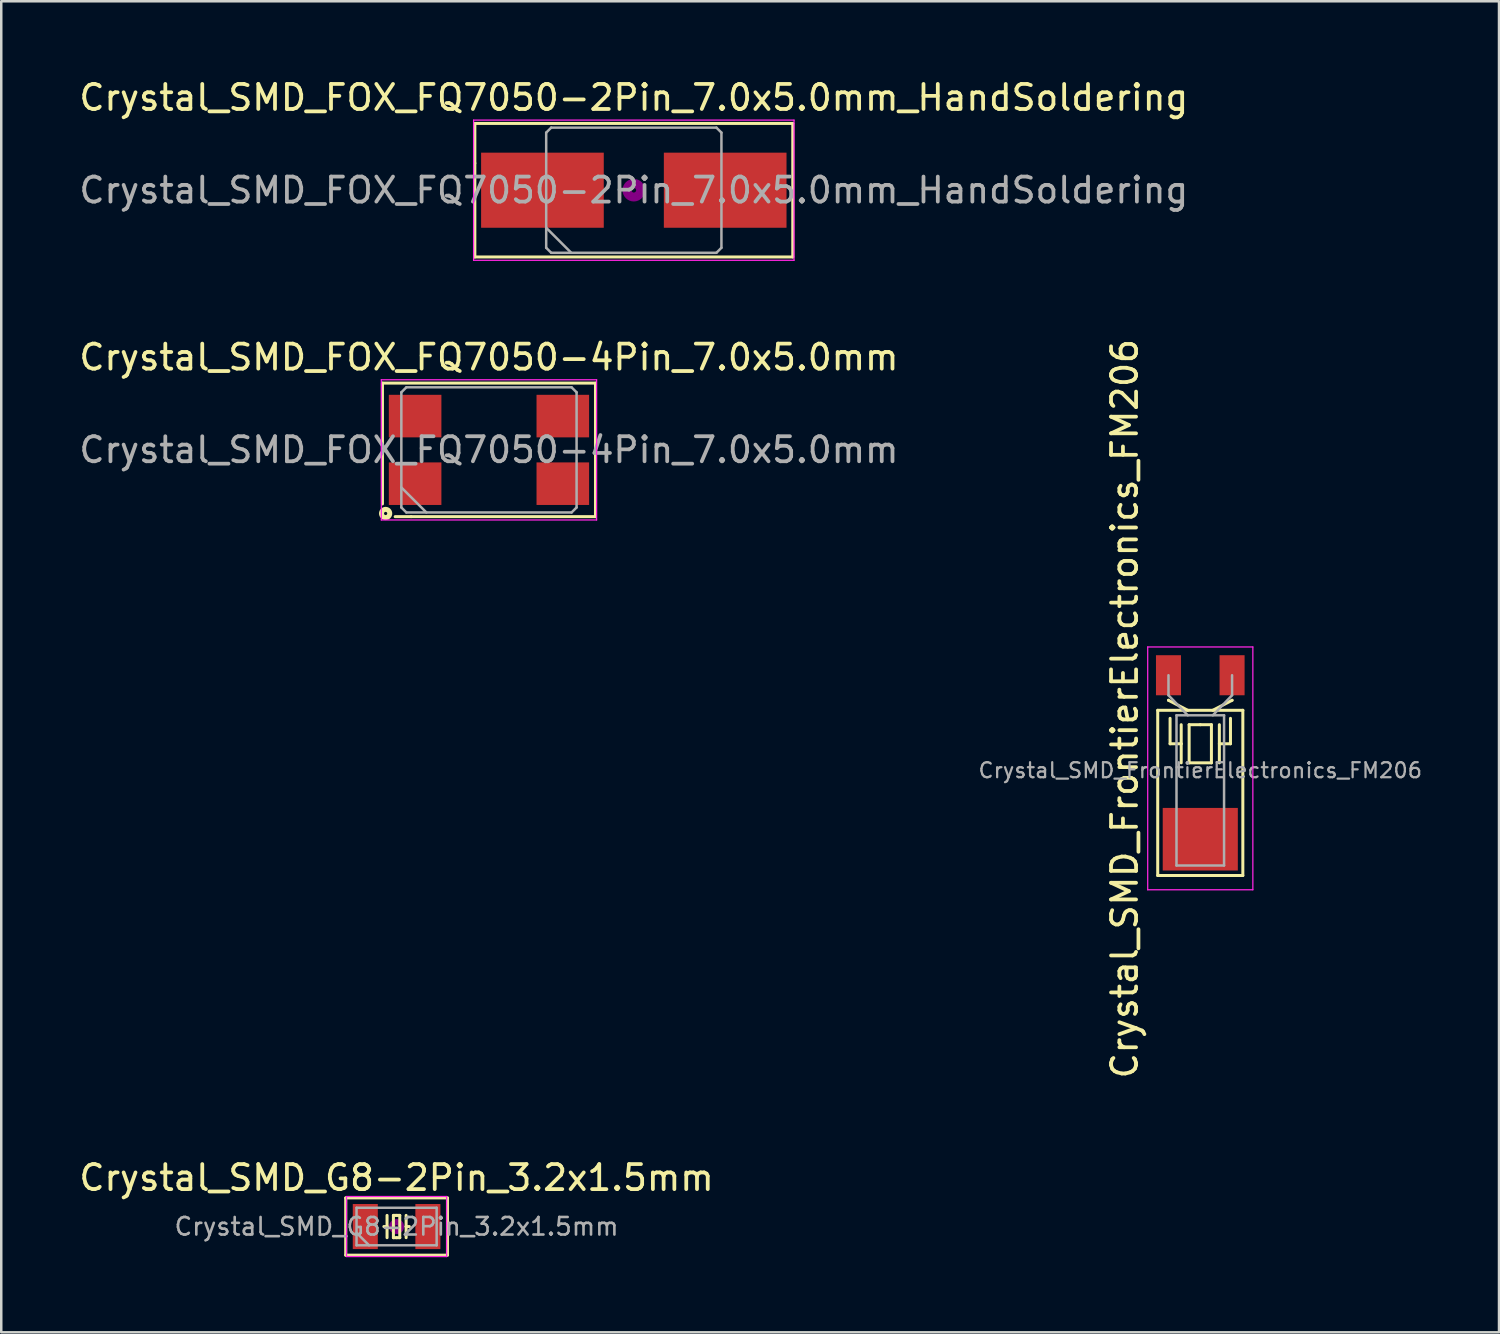
<source format=kicad_pcb>
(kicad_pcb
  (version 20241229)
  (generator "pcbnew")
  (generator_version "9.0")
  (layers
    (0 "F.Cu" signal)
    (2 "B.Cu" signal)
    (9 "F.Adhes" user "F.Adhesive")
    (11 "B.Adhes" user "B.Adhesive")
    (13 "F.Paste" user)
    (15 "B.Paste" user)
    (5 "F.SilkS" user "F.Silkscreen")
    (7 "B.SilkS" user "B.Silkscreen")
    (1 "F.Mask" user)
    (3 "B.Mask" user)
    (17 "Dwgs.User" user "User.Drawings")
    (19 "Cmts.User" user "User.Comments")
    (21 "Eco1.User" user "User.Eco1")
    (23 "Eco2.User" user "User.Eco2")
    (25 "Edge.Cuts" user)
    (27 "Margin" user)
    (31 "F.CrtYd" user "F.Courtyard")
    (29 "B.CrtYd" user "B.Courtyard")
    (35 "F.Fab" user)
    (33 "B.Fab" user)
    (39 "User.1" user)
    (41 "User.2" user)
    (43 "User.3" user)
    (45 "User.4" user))
  (footprint "Crystal_SMD_FOX_FQ7050-2Pin_7.0x5.0mm_HandSoldering"
    (layer "F.Cu")
    (at 22.268 4.548)
    (property "Reference" "Crystal_SMD_FOX_FQ7050-2Pin_7.0x5.0mm_HandSoldering" (at 0 -3.7 0) (layer "F.SilkS") (effects (font (size 1 1) (thickness 0.15))))
    (attr smd)
    (fp_line (start -6.35 -2.667) (end -6.35 -1.079) (stroke (width 0.12) (type solid)) (layer "F.SilkS"))
    (fp_line (start -6.35 -1.079) (end -6.35 2.667) (stroke (width 0.12) (type solid)) (layer "F.SilkS"))
    (fp_line (start -6.35 2.667) (end 6.35 2.667) (stroke (width 0.12) (type solid)) (layer "F.SilkS"))
    (fp_line (start 6.35 -2.667) (end -6.35 -2.667) (stroke (width 0.12) (type solid)) (layer "F.SilkS"))
    (fp_line (start 6.35 2.667) (end 6.35 -2.667) (stroke (width 0.12) (type solid)) (layer "F.SilkS"))
    (fp_circle (center 0 0) (end 0.093 0) (stroke (width 0.187) (type solid)) (fill no) (layer "F.Adhes"))
    (fp_circle (center 0 0) (end 0.213 0) (stroke (width 0.133) (type solid)) (fill no) (layer "F.Adhes"))
    (fp_circle (center 0 0) (end 0.333 0) (stroke (width 0.133) (type solid)) (fill no) (layer "F.Adhes"))
    (fp_circle (center 0 0) (end 0.4 0) (stroke (width 0.1) (type solid)) (fill no) (layer "F.Adhes"))
    (fp_line (start -6.4 -2.8) (end -6.4 2.8) (stroke (width 0.05) (type solid)) (layer "F.CrtYd"))
    (fp_line (start -6.4 2.8) (end 6.4 2.8) (stroke (width 0.05) (type solid)) (layer "F.CrtYd"))
    (fp_line (start 6.4 -2.8) (end -6.4 -2.8) (stroke (width 0.05) (type solid)) (layer "F.CrtYd"))
    (fp_line (start 6.4 2.8) (end 6.4 -2.8) (stroke (width 0.05) (type solid)) (layer "F.CrtYd"))
    (fp_line (start -3.5 -2.3) (end -3.3 -2.5) (stroke (width 0.1) (type solid)) (layer "F.Fab"))
    (fp_line (start -3.5 1.5) (end -2.5 2.5) (stroke (width 0.1) (type solid)) (layer "F.Fab"))
    (fp_line (start -3.5 2.3) (end -3.5 -2.3) (stroke (width 0.1) (type solid)) (layer "F.Fab"))
    (fp_line (start -3.3 -2.5) (end 3.3 -2.5) (stroke (width 0.1) (type solid)) (layer "F.Fab"))
    (fp_line (start -3.3 2.5) (end -3.5 2.3) (stroke (width 0.1) (type solid)) (layer "F.Fab"))
    (fp_line (start 3.3 -2.5) (end 3.5 -2.3) (stroke (width 0.1) (type solid)) (layer "F.Fab"))
    (fp_line (start 3.3 2.5) (end -3.3 2.5) (stroke (width 0.1) (type solid)) (layer "F.Fab"))
    (fp_line (start 3.5 -2.3) (end 3.5 2.3) (stroke (width 0.1) (type solid)) (layer "F.Fab"))
    (fp_line (start 3.5 2.3) (end 3.3 2.5) (stroke (width 0.1) (type solid)) (layer "F.Fab"))
    (fp_text user "${REFERENCE}" (at 0 0 0) (layer "F.Fab") (effects (font (size 1 1) (thickness 0.15))))
    (pad "1" smd rect (at -3.65 0) (size 4.9 3) (layers "F.Cu" "F.Mask" "F.Paste"))
    (pad "2" smd rect (at 3.65 0) (size 4.9 3) (layers "F.Cu" "F.Mask" "F.Paste")))
  (footprint "Crystal_SMD_FOX_FQ7050-4Pin_7.0x5.0mm"
    (layer "F.Cu")
    (at 16.482 14.921)
    (property "Reference" "Crystal_SMD_FOX_FQ7050-4Pin_7.0x5.0mm" (at 0 -3.7 0) (layer "F.SilkS") (effects (font (size 1 1) (thickness 0.15))))
    (attr smd)
    (fp_line (start -4.255 -2.667) (end 4.255 -2.667) (stroke (width 0.12) (type solid)) (layer "F.SilkS"))
    (fp_line (start -4.255 2.159) (end -4.255 -2.667) (stroke (width 0.12) (type solid)) (layer "F.SilkS"))
    (fp_line (start -3.111 2.667) (end -3.747 2.667) (stroke (width 0.12) (type solid)) (layer "F.SilkS"))
    (fp_line (start 4.255 -2.667) (end 4.255 2.667) (stroke (width 0.12) (type solid)) (layer "F.SilkS"))
    (fp_line (start 4.255 2.667) (end -3.111 2.667) (stroke (width 0.12) (type solid)) (layer "F.SilkS"))
    (fp_circle (center -4.128 2.54) (end -4.064 2.54) (stroke (width 0.2) (type solid)) (fill no) (layer "F.SilkS"))
    (fp_line (start -4.3 -2.8) (end -4.3 2.8) (stroke (width 0.05) (type solid)) (layer "F.CrtYd"))
    (fp_line (start -4.3 2.8) (end 4.3 2.8) (stroke (width 0.05) (type solid)) (layer "F.CrtYd"))
    (fp_line (start 4.3 -2.8) (end -4.3 -2.8) (stroke (width 0.05) (type solid)) (layer "F.CrtYd"))
    (fp_line (start 4.3 2.8) (end 4.3 -2.8) (stroke (width 0.05) (type solid)) (layer "F.CrtYd"))
    (fp_line (start -3.5 -2.3) (end -3.3 -2.5) (stroke (width 0.1) (type solid)) (layer "F.Fab"))
    (fp_line (start -3.5 1.5) (end -2.5 2.5) (stroke (width 0.1) (type solid)) (layer "F.Fab"))
    (fp_line (start -3.5 2.3) (end -3.5 -2.3) (stroke (width 0.1) (type solid)) (layer "F.Fab"))
    (fp_line (start -3.3 -2.5) (end 3.3 -2.5) (stroke (width 0.1) (type solid)) (layer "F.Fab"))
    (fp_line (start -3.3 2.5) (end -3.5 2.3) (stroke (width 0.1) (type solid)) (layer "F.Fab"))
    (fp_line (start 3.3 -2.5) (end 3.5 -2.3) (stroke (width 0.1) (type solid)) (layer "F.Fab"))
    (fp_line (start 3.3 2.5) (end -3.3 2.5) (stroke (width 0.1) (type solid)) (layer "F.Fab"))
    (fp_line (start 3.5 -2.3) (end 3.5 2.3) (stroke (width 0.1) (type solid)) (layer "F.Fab"))
    (fp_line (start 3.5 2.3) (end 3.3 2.5) (stroke (width 0.1) (type solid)) (layer "F.Fab"))
    (fp_text user "${REFERENCE}" (at 0 0 0) (layer "F.Fab") (effects (font (size 1 1) (thickness 0.15))))
    (pad "1" smd rect (at -2.95 1.35) (size 2.1 1.7) (layers "F.Cu" "F.Mask" "F.Paste"))
    (pad "2" smd rect (at 2.95 1.35) (size 2.1 1.7) (layers "F.Cu" "F.Mask" "F.Paste"))
    (pad "3" smd rect (at 2.95 -1.35) (size 2.1 1.7) (layers "F.Cu" "F.Mask" "F.Paste"))
    (pad "4" smd rect (at -2.95 -1.35) (size 2.1 1.7) (layers "F.Cu" "F.Mask" "F.Paste")))
  (footprint "Crystal_SMD_FrontierElectronics_FM206"
    (layer "F.Cu")
    (at 44.896 27.423)
    (property "Reference" "Crystal_SMD_FrontierElectronics_FM206" (at -3.02 -2.163 90) (layer "F.SilkS") (effects (font (size 1 1) (thickness 0.15))))
    (attr smd)
    (fp_line (start -1.7 -2.1) (end -1.7 4.5) (stroke (width 0.12) (type solid)) (layer "F.SilkS"))
    (fp_line (start -1.7 4.5) (end 1.7 4.5) (stroke (width 0.12) (type solid)) (layer "F.SilkS"))
    (fp_line (start -1.27 -2.5) (end -1.27 -2.5) (stroke (width 0.12) (type solid)) (layer "F.SilkS"))
    (fp_line (start -1.206 -0.762) (end -1.206 -1.778) (stroke (width 0.12) (type solid)) (layer "F.SilkS"))
    (fp_line (start -0.762 -1.524) (end -0.762 -0.762) (stroke (width 0.12) (type solid)) (layer "F.SilkS"))
    (fp_line (start -0.762 -0.762) (end -1.206 -0.762) (stroke (width 0.12) (type solid)) (layer "F.SilkS"))
    (fp_line (start -0.762 0) (end -0.762 -0.762) (stroke (width 0.12) (type solid)) (layer "F.SilkS"))
    (fp_line (start -0.5 -2.1) (end -1.27 -2.5) (stroke (width 0.12) (type solid)) (layer "F.SilkS"))
    (fp_line (start -0.445 -1.524) (end -0.445 0) (stroke (width 0.12) (type solid)) (layer "F.SilkS"))
    (fp_line (start -0.445 0) (end 0.445 0) (stroke (width 0.12) (type solid)) (layer "F.SilkS"))
    (fp_line (start 0 -1.524) (end -0.445 -1.524) (stroke (width 0.12) (type solid)) (layer "F.SilkS"))
    (fp_line (start 0.445 -1.524) (end 0 -1.524) (stroke (width 0.12) (type solid)) (layer "F.SilkS"))
    (fp_line (start 0.445 0) (end 0.445 -1.524) (stroke (width 0.12) (type solid)) (layer "F.SilkS"))
    (fp_line (start 0.5 -2.1) (end 1.27 -2.5) (stroke (width 0.12) (type solid)) (layer "F.SilkS"))
    (fp_line (start 0.762 -0.762) (end 1.206 -0.762) (stroke (width 0.12) (type solid)) (layer "F.SilkS"))
    (fp_line (start 0.762 0) (end 0.762 -1.524) (stroke (width 0.12) (type solid)) (layer "F.SilkS"))
    (fp_line (start 1.206 -0.762) (end 1.206 -1.778) (stroke (width 0.12) (type solid)) (layer "F.SilkS"))
    (fp_line (start 1.27 -2.5) (end 1.27 -2.5) (stroke (width 0.12) (type solid)) (layer "F.SilkS"))
    (fp_line (start 1.7 -2.1) (end -1.7 -2.1) (stroke (width 0.12) (type solid)) (layer "F.SilkS"))
    (fp_line (start 1.7 4.5) (end 1.7 -2.1) (stroke (width 0.12) (type solid)) (layer "F.SilkS"))
    (fp_line (start -2.1 -4.63) (end -2.1 5.07) (stroke (width 0.05) (type solid)) (layer "F.CrtYd"))
    (fp_line (start -2.1 5.07) (end 2.1 5.07) (stroke (width 0.05) (type solid)) (layer "F.CrtYd"))
    (fp_line (start 2.1 -4.63) (end -2.1 -4.63) (stroke (width 0.05) (type solid)) (layer "F.CrtYd"))
    (fp_line (start 2.1 5.07) (end 2.1 -4.63) (stroke (width 0.05) (type solid)) (layer "F.CrtYd"))
    (fp_line (start -1.27 -2.7) (end -1.27 -3.5) (stroke (width 0.1) (type solid)) (layer "F.Fab"))
    (fp_line (start -0.95 -1.9) (end -0.95 4.1) (stroke (width 0.1) (type solid)) (layer "F.Fab"))
    (fp_line (start -0.95 4.1) (end 0.95 4.1) (stroke (width 0.1) (type solid)) (layer "F.Fab"))
    (fp_line (start -0.5 -1.9) (end -1.27 -2.7) (stroke (width 0.1) (type solid)) (layer "F.Fab"))
    (fp_line (start 0.5 -1.9) (end 1.27 -2.7) (stroke (width 0.1) (type solid)) (layer "F.Fab"))
    (fp_line (start 0.95 -1.9) (end -0.95 -1.9) (stroke (width 0.1) (type solid)) (layer "F.Fab"))
    (fp_line (start 0.95 4.1) (end 0.95 -1.9) (stroke (width 0.1) (type solid)) (layer "F.Fab"))
    (fp_line (start 1.27 -2.7) (end 1.27 -3.5) (stroke (width 0.1) (type solid)) (layer "F.Fab"))
    (fp_text user "${REFERENCE}" (at 0 0.3 0) (layer "F.Fab") (effects (font (size 0.6 0.6) (thickness 0.09))))
    (pad "1" smd rect (at -1.27 -3.5) (size 1 1.6) (layers "F.Cu" "F.Mask" "F.Paste"))
    (pad "2" smd rect (at 1.27 -3.5) (size 1 1.6) (layers "F.Cu" "F.Mask" "F.Paste"))
    (pad "3" smd rect (at 0 3.05) (size 3 2.5) (layers "F.Cu" "F.Mask" "F.Paste")))
  (footprint "Crystal_SMD_G8-2Pin_3.2x1.5mm"
    (layer "F.Cu")
    (at 12.792 45.945)
    (property "Reference" "Crystal_SMD_G8-2Pin_3.2x1.5mm" (at 0 -1.95 0) (layer "F.SilkS") (effects (font (size 1 1) (thickness 0.15))))
    (attr smd)
    (fp_line (start -2.032 -1.143) (end -2.032 1.143) (stroke (width 0.12) (type solid)) (layer "F.SilkS"))
    (fp_line (start -2.032 1.143) (end 2.032 1.143) (stroke (width 0.12) (type solid)) (layer "F.SilkS"))
    (fp_line (start -0.508 0) (end -0.381 0) (stroke (width 0.12) (type solid)) (layer "F.SilkS"))
    (fp_line (start -0.381 0) (end -0.381 -0.445) (stroke (width 0.12) (type solid)) (layer "F.SilkS"))
    (fp_line (start -0.381 0) (end -0.381 0.445) (stroke (width 0.12) (type solid)) (layer "F.SilkS"))
    (fp_line (start -0.127 -0.445) (end -0.127 0.445) (stroke (width 0.12) (type solid)) (layer "F.SilkS"))
    (fp_line (start -0.127 0.445) (end 0 0.445) (stroke (width 0.12) (type solid)) (layer "F.SilkS"))
    (fp_line (start 0 -0.445) (end -0.127 -0.445) (stroke (width 0.12) (type solid)) (layer "F.SilkS"))
    (fp_line (start 0 0.445) (end 0.127 0.445) (stroke (width 0.12) (type solid)) (layer "F.SilkS"))
    (fp_line (start 0.127 -0.445) (end 0 -0.445) (stroke (width 0.12) (type solid)) (layer "F.SilkS"))
    (fp_line (start 0.127 0.445) (end 0.127 -0.445) (stroke (width 0.12) (type solid)) (layer "F.SilkS"))
    (fp_line (start 0.381 0) (end 0.381 -0.445) (stroke (width 0.12) (type solid)) (layer "F.SilkS"))
    (fp_line (start 0.381 0) (end 0.381 0.445) (stroke (width 0.12) (type solid)) (layer "F.SilkS"))
    (fp_line (start 0.508 0) (end 0.381 0) (stroke (width 0.12) (type solid)) (layer "F.SilkS"))
    (fp_line (start 2.032 -1.143) (end -2.032 -1.143) (stroke (width 0.12) (type solid)) (layer "F.SilkS"))
    (fp_line (start 2.032 1.143) (end 2.032 -1.143) (stroke (width 0.12) (type solid)) (layer "F.SilkS"))
    (fp_circle (center 0 0) (end 0.058 0) (stroke (width 0.117) (type solid)) (fill no) (layer "F.Adhes"))
    (fp_circle (center 0 0) (end 0.133 0) (stroke (width 0.083) (type solid)) (fill no) (layer "F.Adhes"))
    (fp_circle (center 0 0) (end 0.208 0) (stroke (width 0.083) (type solid)) (fill no) (layer "F.Adhes"))
    (fp_circle (center 0 0) (end 0.25 0) (stroke (width 0.1) (type solid)) (fill no) (layer "F.Adhes"))
    (fp_line (start -2 -1.2) (end -2 1.2) (stroke (width 0.05) (type solid)) (layer "F.CrtYd"))
    (fp_line (start -2 1.2) (end 2 1.2) (stroke (width 0.05) (type solid)) (layer "F.CrtYd"))
    (fp_line (start 2 -1.2) (end -2 -1.2) (stroke (width 0.05) (type solid)) (layer "F.CrtYd"))
    (fp_line (start 2 1.2) (end 2 -1.2) (stroke (width 0.05) (type solid)) (layer "F.CrtYd"))
    (fp_line (start -1.6 -0.75) (end -1.6 0.75) (stroke (width 0.1) (type solid)) (layer "F.Fab"))
    (fp_line (start -1.6 0.25) (end -1.1 0.75) (stroke (width 0.1) (type solid)) (layer "F.Fab"))
    (fp_line (start -1.6 0.75) (end 1.6 0.75) (stroke (width 0.1) (type solid)) (layer "F.Fab"))
    (fp_line (start 1.6 -0.75) (end -1.6 -0.75) (stroke (width 0.1) (type solid)) (layer "F.Fab"))
    (fp_line (start 1.6 0.75) (end 1.6 -0.75) (stroke (width 0.1) (type solid)) (layer "F.Fab"))
    (fp_text user "${REFERENCE}" (at 0 0 0) (layer "F.Fab") (effects (font (size 0.7 0.7) (thickness 0.105))))
    (pad "1" smd rect (at -1.25 0) (size 1 1.8) (layers "F.Cu" "F.Mask" "F.Paste"))
    (pad "2" smd rect (at 1.25 0) (size 1 1.8) (layers "F.Cu" "F.Mask" "F.Paste")))
  (gr_rect
    (start -3 -3)
    (end 56.829 50.17)
    (stroke (width 0.1) (type default))
    (fill no)
    (layer "Edge.Cuts")))
</source>
